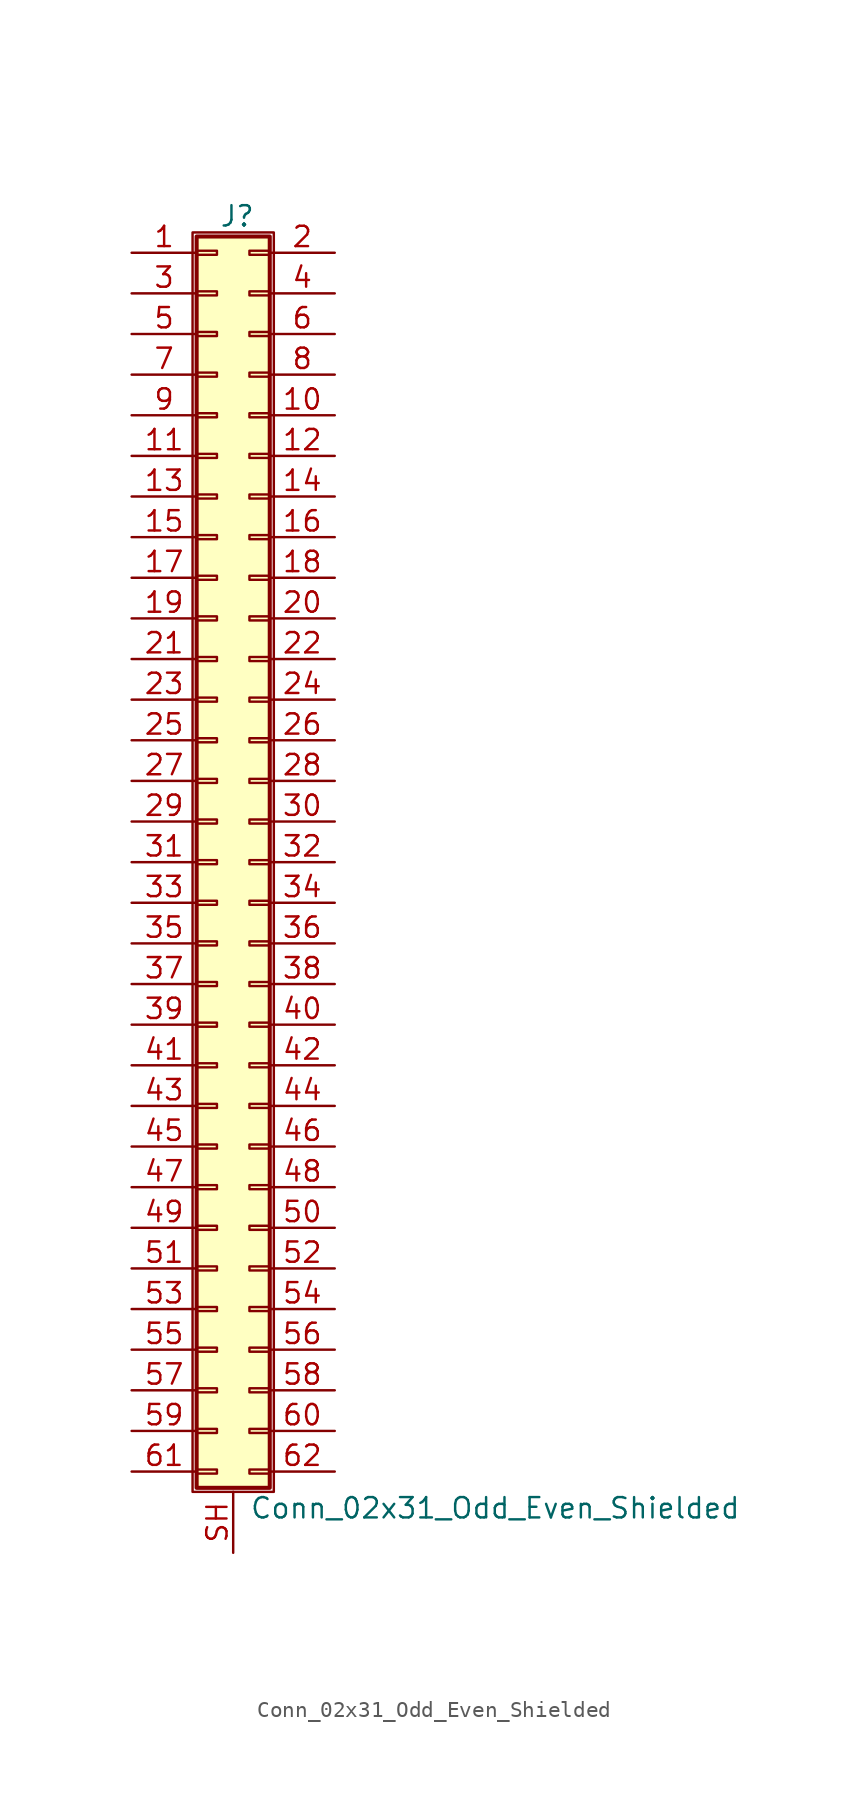
<source format=kicad_sym>
(kicad_symbol_lib
  (version 20211014)
  (generator kicad_symbol_editor)
  (symbol "Conn_02x31_Odd_Even_Shielded"
    (pin_names
      (offset 1.016) hide)
    (property "Reference" "J"
      (at 1.524 40.386 0)
      (effects (font (size 1.27 1.27))))
    (property "Value" "Conn_02x31_Odd_Even_Shielded"
      (at 2.286 -40.386 0)
      (effects (font (size 1.27 1.27)) (justify left)))
    (symbol "Conn_02x31_Odd_Even_Shielded_1_1"
      (rectangle (start -1.27 39.37) (end 3.81 -39.37) (stroke (width 0.152) (type default) (color 0 0 0 0)) (fill (type none)))
      (rectangle (start -1.016 -37.973) (end 0.254 -38.227) (stroke (width 0.152) (type default) (color 0 0 0 0)) (fill (type none)))
      (rectangle (start -1.016 -35.433) (end 0.254 -35.687) (stroke (width 0.152) (type default) (color 0 0 0 0)) (fill (type none)))
      (rectangle (start -1.016 -32.893) (end 0.254 -33.147) (stroke (width 0.152) (type default) (color 0 0 0 0)) (fill (type none)))
      (rectangle (start -1.016 -30.353) (end 0.254 -30.607) (stroke (width 0.152) (type default) (color 0 0 0 0)) (fill (type none)))
      (rectangle (start -1.016 -27.813) (end 0.254 -28.067) (stroke (width 0.152) (type default) (color 0 0 0 0)) (fill (type none)))
      (rectangle (start -1.016 -25.273) (end 0.254 -25.527) (stroke (width 0.152) (type default) (color 0 0 0 0)) (fill (type none)))
      (rectangle (start -1.016 -22.733) (end 0.254 -22.987) (stroke (width 0.152) (type default) (color 0 0 0 0)) (fill (type none)))
      (rectangle (start -1.016 -20.193) (end 0.254 -20.447) (stroke (width 0.152) (type default) (color 0 0 0 0)) (fill (type none)))
      (rectangle (start -1.016 -17.653) (end 0.254 -17.907) (stroke (width 0.152) (type default) (color 0 0 0 0)) (fill (type none)))
      (rectangle (start -1.016 -15.113) (end 0.254 -15.367) (stroke (width 0.152) (type default) (color 0 0 0 0)) (fill (type none)))
      (rectangle (start -1.016 -12.573) (end 0.254 -12.827) (stroke (width 0.152) (type default) (color 0 0 0 0)) (fill (type none)))
      (rectangle (start -1.016 -10.033) (end 0.254 -10.287) (stroke (width 0.152) (type default) (color 0 0 0 0)) (fill (type none)))
      (rectangle (start -1.016 -7.493) (end 0.254 -7.747) (stroke (width 0.152) (type default) (color 0 0 0 0)) (fill (type none)))
      (rectangle (start -1.016 -4.953) (end 0.254 -5.207) (stroke (width 0.152) (type default) (color 0 0 0 0)) (fill (type none)))
      (rectangle (start -1.016 -2.413) (end 0.254 -2.667) (stroke (width 0.152) (type default) (color 0 0 0 0)) (fill (type none)))
      (rectangle (start -1.016 0.127) (end 0.254 -0.127) (stroke (width 0.152) (type default) (color 0 0 0 0)) (fill (type none)))
      (rectangle (start -1.016 2.667) (end 0.254 2.413) (stroke (width 0.152) (type default) (color 0 0 0 0)) (fill (type none)))
      (rectangle (start -1.016 5.207) (end 0.254 4.953) (stroke (width 0.152) (type default) (color 0 0 0 0)) (fill (type none)))
      (rectangle (start -1.016 7.747) (end 0.254 7.493) (stroke (width 0.152) (type default) (color 0 0 0 0)) (fill (type none)))
      (rectangle (start -1.016 10.287) (end 0.254 10.033) (stroke (width 0.152) (type default) (color 0 0 0 0)) (fill (type none)))
      (rectangle (start -1.016 12.827) (end 0.254 12.573) (stroke (width 0.152) (type default) (color 0 0 0 0)) (fill (type none)))
      (rectangle (start -1.016 15.367) (end 0.254 15.113) (stroke (width 0.152) (type default) (color 0 0 0 0)) (fill (type none)))
      (rectangle (start -1.016 17.907) (end 0.254 17.653) (stroke (width 0.152) (type default) (color 0 0 0 0)) (fill (type none)))
      (rectangle (start -1.016 20.447) (end 0.254 20.193) (stroke (width 0.152) (type default) (color 0 0 0 0)) (fill (type none)))
      (rectangle (start -1.016 22.987) (end 0.254 22.733) (stroke (width 0.152) (type default) (color 0 0 0 0)) (fill (type none)))
      (rectangle (start -1.016 25.527) (end 0.254 25.273) (stroke (width 0.152) (type default) (color 0 0 0 0)) (fill (type none)))
      (rectangle (start -1.016 28.067) (end 0.254 27.813) (stroke (width 0.152) (type default) (color 0 0 0 0)) (fill (type none)))
      (rectangle (start -1.016 30.607) (end 0.254 30.353) (stroke (width 0.152) (type default) (color 0 0 0 0)) (fill (type none)))
      (rectangle (start -1.016 33.147) (end 0.254 32.893) (stroke (width 0.152) (type default) (color 0 0 0 0)) (fill (type none)))
      (rectangle (start -1.016 35.687) (end 0.254 35.433) (stroke (width 0.152) (type default) (color 0 0 0 0)) (fill (type none)))
      (rectangle (start -1.016 38.227) (end 0.254 37.973) (stroke (width 0.152) (type default) (color 0 0 0 0)) (fill (type none)))
      (rectangle (start -1.016 39.116) (end 3.556 -39.116) (stroke (width 0.254) (type default) (color 0 0 0 0)) (fill (type background)))
      (rectangle (start 3.556 -37.973) (end 2.286 -38.227) (stroke (width 0.152) (type default) (color 0 0 0 0)) (fill (type none)))
      (rectangle (start 3.556 -35.433) (end 2.286 -35.687) (stroke (width 0.152) (type default) (color 0 0 0 0)) (fill (type none)))
      (rectangle (start 3.556 -32.893) (end 2.286 -33.147) (stroke (width 0.152) (type default) (color 0 0 0 0)) (fill (type none)))
      (rectangle (start 3.556 -30.353) (end 2.286 -30.607) (stroke (width 0.152) (type default) (color 0 0 0 0)) (fill (type none)))
      (rectangle (start 3.556 -27.813) (end 2.286 -28.067) (stroke (width 0.152) (type default) (color 0 0 0 0)) (fill (type none)))
      (rectangle (start 3.556 -25.273) (end 2.286 -25.527) (stroke (width 0.152) (type default) (color 0 0 0 0)) (fill (type none)))
      (rectangle (start 3.556 -22.733) (end 2.286 -22.987) (stroke (width 0.152) (type default) (color 0 0 0 0)) (fill (type none)))
      (rectangle (start 3.556 -20.193) (end 2.286 -20.447) (stroke (width 0.152) (type default) (color 0 0 0 0)) (fill (type none)))
      (rectangle (start 3.556 -17.653) (end 2.286 -17.907) (stroke (width 0.152) (type default) (color 0 0 0 0)) (fill (type none)))
      (rectangle (start 3.556 -15.113) (end 2.286 -15.367) (stroke (width 0.152) (type default) (color 0 0 0 0)) (fill (type none)))
      (rectangle (start 3.556 -12.573) (end 2.286 -12.827) (stroke (width 0.152) (type default) (color 0 0 0 0)) (fill (type none)))
      (rectangle (start 3.556 -10.033) (end 2.286 -10.287) (stroke (width 0.152) (type default) (color 0 0 0 0)) (fill (type none)))
      (rectangle (start 3.556 -7.493) (end 2.286 -7.747) (stroke (width 0.152) (type default) (color 0 0 0 0)) (fill (type none)))
      (rectangle (start 3.556 -4.953) (end 2.286 -5.207) (stroke (width 0.152) (type default) (color 0 0 0 0)) (fill (type none)))
      (rectangle (start 3.556 -2.413) (end 2.286 -2.667) (stroke (width 0.152) (type default) (color 0 0 0 0)) (fill (type none)))
      (rectangle (start 3.556 0.127) (end 2.286 -0.127) (stroke (width 0.152) (type default) (color 0 0 0 0)) (fill (type none)))
      (rectangle (start 3.556 2.667) (end 2.286 2.413) (stroke (width 0.152) (type default) (color 0 0 0 0)) (fill (type none)))
      (rectangle (start 3.556 5.207) (end 2.286 4.953) (stroke (width 0.152) (type default) (color 0 0 0 0)) (fill (type none)))
      (rectangle (start 3.556 7.747) (end 2.286 7.493) (stroke (width 0.152) (type default) (color 0 0 0 0)) (fill (type none)))
      (rectangle (start 3.556 10.287) (end 2.286 10.033) (stroke (width 0.152) (type default) (color 0 0 0 0)) (fill (type none)))
      (rectangle (start 3.556 12.827) (end 2.286 12.573) (stroke (width 0.152) (type default) (color 0 0 0 0)) (fill (type none)))
      (rectangle (start 3.556 15.367) (end 2.286 15.113) (stroke (width 0.152) (type default) (color 0 0 0 0)) (fill (type none)))
      (rectangle (start 3.556 17.907) (end 2.286 17.653) (stroke (width 0.152) (type default) (color 0 0 0 0)) (fill (type none)))
      (rectangle (start 3.556 20.447) (end 2.286 20.193) (stroke (width 0.152) (type default) (color 0 0 0 0)) (fill (type none)))
      (rectangle (start 3.556 22.987) (end 2.286 22.733) (stroke (width 0.152) (type default) (color 0 0 0 0)) (fill (type none)))
      (rectangle (start 3.556 25.527) (end 2.286 25.273) (stroke (width 0.152) (type default) (color 0 0 0 0)) (fill (type none)))
      (rectangle (start 3.556 28.067) (end 2.286 27.813) (stroke (width 0.152) (type default) (color 0 0 0 0)) (fill (type none)))
      (rectangle (start 3.556 30.607) (end 2.286 30.353) (stroke (width 0.152) (type default) (color 0 0 0 0)) (fill (type none)))
      (rectangle (start 3.556 33.147) (end 2.286 32.893) (stroke (width 0.152) (type default) (color 0 0 0 0)) (fill (type none)))
      (rectangle (start 3.556 35.687) (end 2.286 35.433) (stroke (width 0.152) (type default) (color 0 0 0 0)) (fill (type none)))
      (rectangle (start 3.556 38.227) (end 2.286 37.973) (stroke (width 0.152) (type default) (color 0 0 0 0)) (fill (type none)))
      (pin passive line (at -5.08 38.1 0) (length 4.064) (name "Pin_1" (effects (font (size 1.27 1.27)))) (number "1" (effects (font (size 1.27 1.27)))))
      (pin passive line (at 7.62 27.94 180) (length 4.064) (name "Pin_10" (effects (font (size 1.27 1.27)))) (number "10" (effects (font (size 1.27 1.27)))))
      (pin passive line (at -5.08 25.4 0) (length 4.064) (name "Pin_11" (effects (font (size 1.27 1.27)))) (number "11" (effects (font (size 1.27 1.27)))))
      (pin passive line (at 7.62 25.4 180) (length 4.064) (name "Pin_12" (effects (font (size 1.27 1.27)))) (number "12" (effects (font (size 1.27 1.27)))))
      (pin passive line (at -5.08 22.86 0) (length 4.064) (name "Pin_13" (effects (font (size 1.27 1.27)))) (number "13" (effects (font (size 1.27 1.27)))))
      (pin passive line (at 7.62 22.86 180) (length 4.064) (name "Pin_14" (effects (font (size 1.27 1.27)))) (number "14" (effects (font (size 1.27 1.27)))))
      (pin passive line (at -5.08 20.32 0) (length 4.064) (name "Pin_15" (effects (font (size 1.27 1.27)))) (number "15" (effects (font (size 1.27 1.27)))))
      (pin passive line (at 7.62 20.32 180) (length 4.064) (name "Pin_16" (effects (font (size 1.27 1.27)))) (number "16" (effects (font (size 1.27 1.27)))))
      (pin passive line (at -5.08 17.78 0) (length 4.064) (name "Pin_17" (effects (font (size 1.27 1.27)))) (number "17" (effects (font (size 1.27 1.27)))))
      (pin passive line (at 7.62 17.78 180) (length 4.064) (name "Pin_18" (effects (font (size 1.27 1.27)))) (number "18" (effects (font (size 1.27 1.27)))))
      (pin passive line (at -5.08 15.24 0) (length 4.064) (name "Pin_19" (effects (font (size 1.27 1.27)))) (number "19" (effects (font (size 1.27 1.27)))))
      (pin passive line (at 7.62 38.1 180) (length 4.064) (name "Pin_2" (effects (font (size 1.27 1.27)))) (number "2" (effects (font (size 1.27 1.27)))))
      (pin passive line (at 7.62 15.24 180) (length 4.064) (name "Pin_20" (effects (font (size 1.27 1.27)))) (number "20" (effects (font (size 1.27 1.27)))))
      (pin passive line (at -5.08 12.7 0) (length 4.064) (name "Pin_21" (effects (font (size 1.27 1.27)))) (number "21" (effects (font (size 1.27 1.27)))))
      (pin passive line (at 7.62 12.7 180) (length 4.064) (name "Pin_22" (effects (font (size 1.27 1.27)))) (number "22" (effects (font (size 1.27 1.27)))))
      (pin passive line (at -5.08 10.16 0) (length 4.064) (name "Pin_23" (effects (font (size 1.27 1.27)))) (number "23" (effects (font (size 1.27 1.27)))))
      (pin passive line (at 7.62 10.16 180) (length 4.064) (name "Pin_24" (effects (font (size 1.27 1.27)))) (number "24" (effects (font (size 1.27 1.27)))))
      (pin passive line (at -5.08 7.62 0) (length 4.064) (name "Pin_25" (effects (font (size 1.27 1.27)))) (number "25" (effects (font (size 1.27 1.27)))))
      (pin passive line (at 7.62 7.62 180) (length 4.064) (name "Pin_26" (effects (font (size 1.27 1.27)))) (number "26" (effects (font (size 1.27 1.27)))))
      (pin passive line (at -5.08 5.08 0) (length 4.064) (name "Pin_27" (effects (font (size 1.27 1.27)))) (number "27" (effects (font (size 1.27 1.27)))))
      (pin passive line (at 7.62 5.08 180) (length 4.064) (name "Pin_28" (effects (font (size 1.27 1.27)))) (number "28" (effects (font (size 1.27 1.27)))))
      (pin passive line (at -5.08 2.54 0) (length 4.064) (name "Pin_29" (effects (font (size 1.27 1.27)))) (number "29" (effects (font (size 1.27 1.27)))))
      (pin passive line (at -5.08 35.56 0) (length 4.064) (name "Pin_3" (effects (font (size 1.27 1.27)))) (number "3" (effects (font (size 1.27 1.27)))))
      (pin passive line (at 7.62 2.54 180) (length 4.064) (name "Pin_30" (effects (font (size 1.27 1.27)))) (number "30" (effects (font (size 1.27 1.27)))))
      (pin passive line (at -5.08 0 0) (length 4.064) (name "Pin_31" (effects (font (size 1.27 1.27)))) (number "31" (effects (font (size 1.27 1.27)))))
      (pin passive line (at 7.62 0 180) (length 4.064) (name "Pin_32" (effects (font (size 1.27 1.27)))) (number "32" (effects (font (size 1.27 1.27)))))
      (pin passive line (at -5.08 -2.54 0) (length 4.064) (name "Pin_33" (effects (font (size 1.27 1.27)))) (number "33" (effects (font (size 1.27 1.27)))))
      (pin passive line (at 7.62 -2.54 180) (length 4.064) (name "Pin_34" (effects (font (size 1.27 1.27)))) (number "34" (effects (font (size 1.27 1.27)))))
      (pin passive line (at -5.08 -5.08 0) (length 4.064) (name "Pin_35" (effects (font (size 1.27 1.27)))) (number "35" (effects (font (size 1.27 1.27)))))
      (pin passive line (at 7.62 -5.08 180) (length 4.064) (name "Pin_36" (effects (font (size 1.27 1.27)))) (number "36" (effects (font (size 1.27 1.27)))))
      (pin passive line (at -5.08 -7.62 0) (length 4.064) (name "Pin_37" (effects (font (size 1.27 1.27)))) (number "37" (effects (font (size 1.27 1.27)))))
      (pin passive line (at 7.62 -7.62 180) (length 4.064) (name "Pin_38" (effects (font (size 1.27 1.27)))) (number "38" (effects (font (size 1.27 1.27)))))
      (pin passive line (at -5.08 -10.16 0) (length 4.064) (name "Pin_39" (effects (font (size 1.27 1.27)))) (number "39" (effects (font (size 1.27 1.27)))))
      (pin passive line (at 7.62 35.56 180) (length 4.064) (name "Pin_4" (effects (font (size 1.27 1.27)))) (number "4" (effects (font (size 1.27 1.27)))))
      (pin passive line (at 7.62 -10.16 180) (length 4.064) (name "Pin_40" (effects (font (size 1.27 1.27)))) (number "40" (effects (font (size 1.27 1.27)))))
      (pin passive line (at -5.08 -12.7 0) (length 4.064) (name "Pin_41" (effects (font (size 1.27 1.27)))) (number "41" (effects (font (size 1.27 1.27)))))
      (pin passive line (at 7.62 -12.7 180) (length 4.064) (name "Pin_42" (effects (font (size 1.27 1.27)))) (number "42" (effects (font (size 1.27 1.27)))))
      (pin passive line (at -5.08 -15.24 0) (length 4.064) (name "Pin_43" (effects (font (size 1.27 1.27)))) (number "43" (effects (font (size 1.27 1.27)))))
      (pin passive line (at 7.62 -15.24 180) (length 4.064) (name "Pin_44" (effects (font (size 1.27 1.27)))) (number "44" (effects (font (size 1.27 1.27)))))
      (pin passive line (at -5.08 -17.78 0) (length 4.064) (name "Pin_45" (effects (font (size 1.27 1.27)))) (number "45" (effects (font (size 1.27 1.27)))))
      (pin passive line (at 7.62 -17.78 180) (length 4.064) (name "Pin_46" (effects (font (size 1.27 1.27)))) (number "46" (effects (font (size 1.27 1.27)))))
      (pin passive line (at -5.08 -20.32 0) (length 4.064) (name "Pin_47" (effects (font (size 1.27 1.27)))) (number "47" (effects (font (size 1.27 1.27)))))
      (pin passive line (at 7.62 -20.32 180) (length 4.064) (name "Pin_48" (effects (font (size 1.27 1.27)))) (number "48" (effects (font (size 1.27 1.27)))))
      (pin passive line (at -5.08 -22.86 0) (length 4.064) (name "Pin_49" (effects (font (size 1.27 1.27)))) (number "49" (effects (font (size 1.27 1.27)))))
      (pin passive line (at -5.08 33.02 0) (length 4.064) (name "Pin_5" (effects (font (size 1.27 1.27)))) (number "5" (effects (font (size 1.27 1.27)))))
      (pin passive line (at 7.62 -22.86 180) (length 4.064) (name "Pin_50" (effects (font (size 1.27 1.27)))) (number "50" (effects (font (size 1.27 1.27)))))
      (pin passive line (at -5.08 -25.4 0) (length 4.064) (name "Pin_51" (effects (font (size 1.27 1.27)))) (number "51" (effects (font (size 1.27 1.27)))))
      (pin passive line (at 7.62 -25.4 180) (length 4.064) (name "Pin_52" (effects (font (size 1.27 1.27)))) (number "52" (effects (font (size 1.27 1.27)))))
      (pin passive line (at -5.08 -27.94 0) (length 4.064) (name "Pin_53" (effects (font (size 1.27 1.27)))) (number "53" (effects (font (size 1.27 1.27)))))
      (pin passive line (at 7.62 -27.94 180) (length 4.064) (name "Pin_54" (effects (font (size 1.27 1.27)))) (number "54" (effects (font (size 1.27 1.27)))))
      (pin passive line (at -5.08 -30.48 0) (length 4.064) (name "Pin_55" (effects (font (size 1.27 1.27)))) (number "55" (effects (font (size 1.27 1.27)))))
      (pin passive line (at 7.62 -30.48 180) (length 4.064) (name "Pin_56" (effects (font (size 1.27 1.27)))) (number "56" (effects (font (size 1.27 1.27)))))
      (pin passive line (at -5.08 -33.02 0) (length 4.064) (name "Pin_57" (effects (font (size 1.27 1.27)))) (number "57" (effects (font (size 1.27 1.27)))))
      (pin passive line (at 7.62 -33.02 180) (length 4.064) (name "Pin_58" (effects (font (size 1.27 1.27)))) (number "58" (effects (font (size 1.27 1.27)))))
      (pin passive line (at -5.08 -35.56 0) (length 4.064) (name "Pin_59" (effects (font (size 1.27 1.27)))) (number "59" (effects (font (size 1.27 1.27)))))
      (pin passive line (at 7.62 33.02 180) (length 4.064) (name "Pin_6" (effects (font (size 1.27 1.27)))) (number "6" (effects (font (size 1.27 1.27)))))
      (pin passive line (at 7.62 -35.56 180) (length 4.064) (name "Pin_60" (effects (font (size 1.27 1.27)))) (number "60" (effects (font (size 1.27 1.27)))))
      (pin passive line (at -5.08 -38.1 0) (length 4.064) (name "Pin_61" (effects (font (size 1.27 1.27)))) (number "61" (effects (font (size 1.27 1.27)))))
      (pin passive line (at 7.62 -38.1 180) (length 4.064) (name "Pin_62" (effects (font (size 1.27 1.27)))) (number "62" (effects (font (size 1.27 1.27)))))
      (pin passive line (at -5.08 30.48 0) (length 4.064) (name "Pin_7" (effects (font (size 1.27 1.27)))) (number "7" (effects (font (size 1.27 1.27)))))
      (pin passive line (at 7.62 30.48 180) (length 4.064) (name "Pin_8" (effects (font (size 1.27 1.27)))) (number "8" (effects (font (size 1.27 1.27)))))
      (pin passive line (at -5.08 27.94 0) (length 4.064) (name "Pin_9" (effects (font (size 1.27 1.27)))) (number "9" (effects (font (size 1.27 1.27)))))
      (pin passive line (at 1.27 -43.18 90) (length 3.81) (name "Shield" (effects (font (size 1.27 1.27)))) (number "SH" (effects (font (size 1.27 1.27))))))))
</source>
